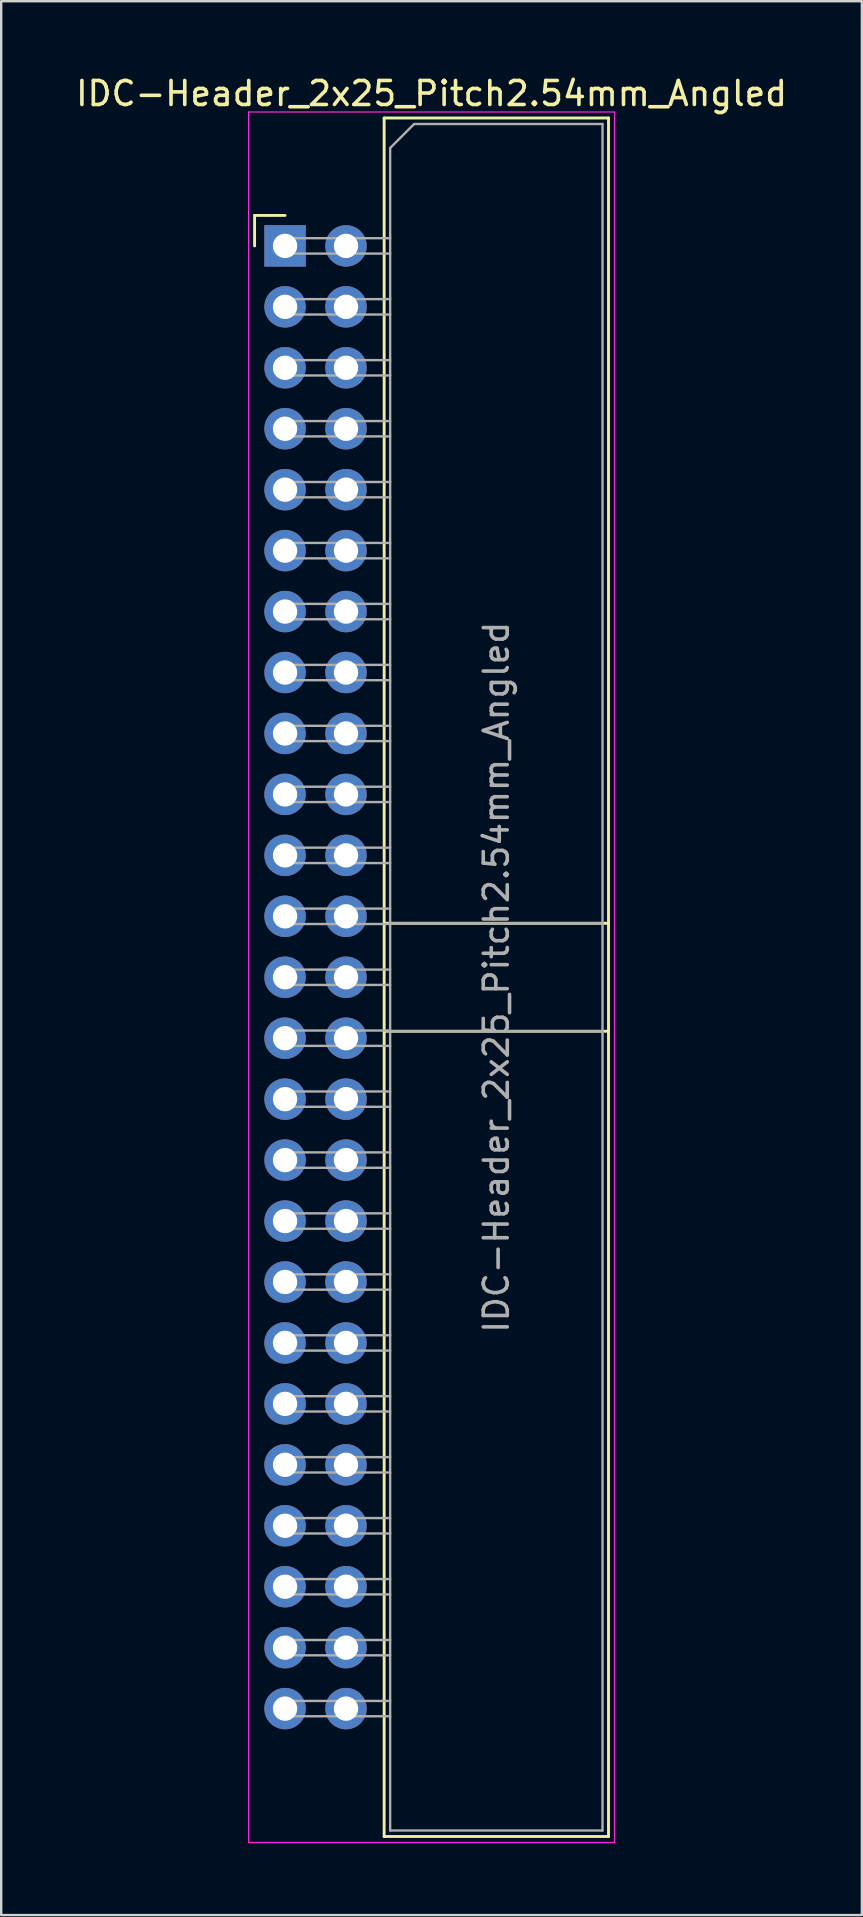
<source format=kicad_pcb>
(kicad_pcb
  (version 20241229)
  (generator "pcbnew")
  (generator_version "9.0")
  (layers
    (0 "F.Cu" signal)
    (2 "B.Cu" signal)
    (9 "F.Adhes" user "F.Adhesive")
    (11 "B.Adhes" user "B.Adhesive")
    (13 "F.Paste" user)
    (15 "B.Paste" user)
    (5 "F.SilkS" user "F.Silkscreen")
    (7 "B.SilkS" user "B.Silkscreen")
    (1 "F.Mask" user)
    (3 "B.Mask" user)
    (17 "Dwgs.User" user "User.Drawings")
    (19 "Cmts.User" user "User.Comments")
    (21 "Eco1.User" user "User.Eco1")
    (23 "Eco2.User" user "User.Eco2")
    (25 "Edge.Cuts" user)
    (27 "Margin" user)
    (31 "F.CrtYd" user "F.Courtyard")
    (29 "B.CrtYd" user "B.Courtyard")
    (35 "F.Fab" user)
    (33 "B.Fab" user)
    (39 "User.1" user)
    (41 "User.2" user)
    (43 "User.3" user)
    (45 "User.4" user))
  (footprint "IDC-Header_2x25_Pitch2.54mm_Angled"
    (layer "F.Cu")
    (at 8.83 7.198)
    (property "Reference" "IDC-Header_2x25_Pitch2.54mm_Angled" (at 6.105 -6.35 0) (layer "F.SilkS") (effects (font (size 1 1) (thickness 0.15))))
    (attr through_hole)
    (fp_line (start -1.27 -1.27) (end -1.27 0) (stroke (width 0.12) (type solid)) (layer "F.SilkS"))
    (fp_line (start 0 -1.27) (end -1.27 -1.27) (stroke (width 0.12) (type solid)) (layer "F.SilkS"))
    (fp_line (start 4.13 -5.33) (end 13.48 -5.33) (stroke (width 0.12) (type solid)) (layer "F.SilkS"))
    (fp_line (start 4.13 28.23) (end 13.48 28.23) (stroke (width 0.12) (type solid)) (layer "F.SilkS"))
    (fp_line (start 4.13 32.73) (end 13.48 32.73) (stroke (width 0.12) (type solid)) (layer "F.SilkS"))
    (fp_line (start 4.13 66.29) (end 4.13 -5.33) (stroke (width 0.12) (type solid)) (layer "F.SilkS"))
    (fp_line (start 4.13 66.29) (end 13.48 66.29) (stroke (width 0.12) (type solid)) (layer "F.SilkS"))
    (fp_line (start 13.48 -5.33) (end 13.48 66.29) (stroke (width 0.12) (type solid)) (layer "F.SilkS"))
    (fp_line (start -1.52 -5.58) (end 13.73 -5.58) (stroke (width 0.05) (type solid)) (layer "F.CrtYd"))
    (fp_line (start -1.52 66.54) (end -1.52 -5.58) (stroke (width 0.05) (type solid)) (layer "F.CrtYd"))
    (fp_line (start 13.73 -5.58) (end 13.73 66.54) (stroke (width 0.05) (type solid)) (layer "F.CrtYd"))
    (fp_line (start 13.73 66.54) (end -1.52 66.54) (stroke (width 0.05) (type solid)) (layer "F.CrtYd"))
    (fp_line (start -0.32 -0.32) (end -0.32 0.32) (stroke (width 0.1) (type solid)) (layer "F.Fab"))
    (fp_line (start -0.32 0.32) (end 4.38 0.32) (stroke (width 0.1) (type solid)) (layer "F.Fab"))
    (fp_line (start -0.32 2.22) (end -0.32 2.86) (stroke (width 0.1) (type solid)) (layer "F.Fab"))
    (fp_line (start -0.32 2.86) (end 4.38 2.86) (stroke (width 0.1) (type solid)) (layer "F.Fab"))
    (fp_line (start -0.32 4.76) (end -0.32 5.4) (stroke (width 0.1) (type solid)) (layer "F.Fab"))
    (fp_line (start -0.32 5.4) (end 4.38 5.4) (stroke (width 0.1) (type solid)) (layer "F.Fab"))
    (fp_line (start -0.32 7.3) (end -0.32 7.94) (stroke (width 0.1) (type solid)) (layer "F.Fab"))
    (fp_line (start -0.32 7.94) (end 4.38 7.94) (stroke (width 0.1) (type solid)) (layer "F.Fab"))
    (fp_line (start -0.32 9.84) (end -0.32 10.48) (stroke (width 0.1) (type solid)) (layer "F.Fab"))
    (fp_line (start -0.32 10.48) (end 4.38 10.48) (stroke (width 0.1) (type solid)) (layer "F.Fab"))
    (fp_line (start -0.32 12.38) (end -0.32 13.02) (stroke (width 0.1) (type solid)) (layer "F.Fab"))
    (fp_line (start -0.32 13.02) (end 4.38 13.02) (stroke (width 0.1) (type solid)) (layer "F.Fab"))
    (fp_line (start -0.32 14.92) (end -0.32 15.56) (stroke (width 0.1) (type solid)) (layer "F.Fab"))
    (fp_line (start -0.32 15.56) (end 4.38 15.56) (stroke (width 0.1) (type solid)) (layer "F.Fab"))
    (fp_line (start -0.32 17.46) (end -0.32 18.1) (stroke (width 0.1) (type solid)) (layer "F.Fab"))
    (fp_line (start -0.32 18.1) (end 4.38 18.1) (stroke (width 0.1) (type solid)) (layer "F.Fab"))
    (fp_line (start -0.32 20) (end -0.32 20.64) (stroke (width 0.1) (type solid)) (layer "F.Fab"))
    (fp_line (start -0.32 20.64) (end 4.38 20.64) (stroke (width 0.1) (type solid)) (layer "F.Fab"))
    (fp_line (start -0.32 22.54) (end -0.32 23.18) (stroke (width 0.1) (type solid)) (layer "F.Fab"))
    (fp_line (start -0.32 23.18) (end 4.38 23.18) (stroke (width 0.1) (type solid)) (layer "F.Fab"))
    (fp_line (start -0.32 25.08) (end -0.32 25.72) (stroke (width 0.1) (type solid)) (layer "F.Fab"))
    (fp_line (start -0.32 25.72) (end 4.38 25.72) (stroke (width 0.1) (type solid)) (layer "F.Fab"))
    (fp_line (start -0.32 27.62) (end -0.32 28.26) (stroke (width 0.1) (type solid)) (layer "F.Fab"))
    (fp_line (start -0.32 28.26) (end 4.38 28.26) (stroke (width 0.1) (type solid)) (layer "F.Fab"))
    (fp_line (start -0.32 30.16) (end -0.32 30.8) (stroke (width 0.1) (type solid)) (layer "F.Fab"))
    (fp_line (start -0.32 30.8) (end 4.38 30.8) (stroke (width 0.1) (type solid)) (layer "F.Fab"))
    (fp_line (start -0.32 32.7) (end -0.32 33.34) (stroke (width 0.1) (type solid)) (layer "F.Fab"))
    (fp_line (start -0.32 33.34) (end 4.38 33.34) (stroke (width 0.1) (type solid)) (layer "F.Fab"))
    (fp_line (start -0.32 35.24) (end -0.32 35.88) (stroke (width 0.1) (type solid)) (layer "F.Fab"))
    (fp_line (start -0.32 35.88) (end 4.38 35.88) (stroke (width 0.1) (type solid)) (layer "F.Fab"))
    (fp_line (start -0.32 37.78) (end -0.32 38.42) (stroke (width 0.1) (type solid)) (layer "F.Fab"))
    (fp_line (start -0.32 38.42) (end 4.38 38.42) (stroke (width 0.1) (type solid)) (layer "F.Fab"))
    (fp_line (start -0.32 40.32) (end -0.32 40.96) (stroke (width 0.1) (type solid)) (layer "F.Fab"))
    (fp_line (start -0.32 40.96) (end 4.38 40.96) (stroke (width 0.1) (type solid)) (layer "F.Fab"))
    (fp_line (start -0.32 42.86) (end -0.32 43.5) (stroke (width 0.1) (type solid)) (layer "F.Fab"))
    (fp_line (start -0.32 43.5) (end 4.38 43.5) (stroke (width 0.1) (type solid)) (layer "F.Fab"))
    (fp_line (start -0.32 45.4) (end -0.32 46.04) (stroke (width 0.1) (type solid)) (layer "F.Fab"))
    (fp_line (start -0.32 46.04) (end 4.38 46.04) (stroke (width 0.1) (type solid)) (layer "F.Fab"))
    (fp_line (start -0.32 47.94) (end -0.32 48.58) (stroke (width 0.1) (type solid)) (layer "F.Fab"))
    (fp_line (start -0.32 48.58) (end 4.38 48.58) (stroke (width 0.1) (type solid)) (layer "F.Fab"))
    (fp_line (start -0.32 50.48) (end -0.32 51.12) (stroke (width 0.1) (type solid)) (layer "F.Fab"))
    (fp_line (start -0.32 51.12) (end 4.38 51.12) (stroke (width 0.1) (type solid)) (layer "F.Fab"))
    (fp_line (start -0.32 53.02) (end -0.32 53.66) (stroke (width 0.1) (type solid)) (layer "F.Fab"))
    (fp_line (start -0.32 53.66) (end 4.38 53.66) (stroke (width 0.1) (type solid)) (layer "F.Fab"))
    (fp_line (start -0.32 55.56) (end -0.32 56.2) (stroke (width 0.1) (type solid)) (layer "F.Fab"))
    (fp_line (start -0.32 56.2) (end 4.38 56.2) (stroke (width 0.1) (type solid)) (layer "F.Fab"))
    (fp_line (start -0.32 58.1) (end -0.32 58.74) (stroke (width 0.1) (type solid)) (layer "F.Fab"))
    (fp_line (start -0.32 58.74) (end 4.38 58.74) (stroke (width 0.1) (type solid)) (layer "F.Fab"))
    (fp_line (start -0.32 60.64) (end -0.32 61.28) (stroke (width 0.1) (type solid)) (layer "F.Fab"))
    (fp_line (start -0.32 61.28) (end 4.38 61.28) (stroke (width 0.1) (type solid)) (layer "F.Fab"))
    (fp_line (start 4.38 -4.08) (end 5.38 -5.08) (stroke (width 0.1) (type solid)) (layer "F.Fab"))
    (fp_line (start 4.38 -0.32) (end -0.32 -0.32) (stroke (width 0.1) (type solid)) (layer "F.Fab"))
    (fp_line (start 4.38 2.22) (end -0.32 2.22) (stroke (width 0.1) (type solid)) (layer "F.Fab"))
    (fp_line (start 4.38 4.76) (end -0.32 4.76) (stroke (width 0.1) (type solid)) (layer "F.Fab"))
    (fp_line (start 4.38 7.3) (end -0.32 7.3) (stroke (width 0.1) (type solid)) (layer "F.Fab"))
    (fp_line (start 4.38 9.84) (end -0.32 9.84) (stroke (width 0.1) (type solid)) (layer "F.Fab"))
    (fp_line (start 4.38 12.38) (end -0.32 12.38) (stroke (width 0.1) (type solid)) (layer "F.Fab"))
    (fp_line (start 4.38 14.92) (end -0.32 14.92) (stroke (width 0.1) (type solid)) (layer "F.Fab"))
    (fp_line (start 4.38 17.46) (end -0.32 17.46) (stroke (width 0.1) (type solid)) (layer "F.Fab"))
    (fp_line (start 4.38 20) (end -0.32 20) (stroke (width 0.1) (type solid)) (layer "F.Fab"))
    (fp_line (start 4.38 22.54) (end -0.32 22.54) (stroke (width 0.1) (type solid)) (layer "F.Fab"))
    (fp_line (start 4.38 25.08) (end -0.32 25.08) (stroke (width 0.1) (type solid)) (layer "F.Fab"))
    (fp_line (start 4.38 27.62) (end -0.32 27.62) (stroke (width 0.1) (type solid)) (layer "F.Fab"))
    (fp_line (start 4.38 28.23) (end 13.23 28.23) (stroke (width 0.1) (type solid)) (layer "F.Fab"))
    (fp_line (start 4.38 30.16) (end -0.32 30.16) (stroke (width 0.1) (type solid)) (layer "F.Fab"))
    (fp_line (start 4.38 32.7) (end -0.32 32.7) (stroke (width 0.1) (type solid)) (layer "F.Fab"))
    (fp_line (start 4.38 32.73) (end 13.23 32.73) (stroke (width 0.1) (type solid)) (layer "F.Fab"))
    (fp_line (start 4.38 35.24) (end -0.32 35.24) (stroke (width 0.1) (type solid)) (layer "F.Fab"))
    (fp_line (start 4.38 37.78) (end -0.32 37.78) (stroke (width 0.1) (type solid)) (layer "F.Fab"))
    (fp_line (start 4.38 40.32) (end -0.32 40.32) (stroke (width 0.1) (type solid)) (layer "F.Fab"))
    (fp_line (start 4.38 42.86) (end -0.32 42.86) (stroke (width 0.1) (type solid)) (layer "F.Fab"))
    (fp_line (start 4.38 45.4) (end -0.32 45.4) (stroke (width 0.1) (type solid)) (layer "F.Fab"))
    (fp_line (start 4.38 47.94) (end -0.32 47.94) (stroke (width 0.1) (type solid)) (layer "F.Fab"))
    (fp_line (start 4.38 50.48) (end -0.32 50.48) (stroke (width 0.1) (type solid)) (layer "F.Fab"))
    (fp_line (start 4.38 53.02) (end -0.32 53.02) (stroke (width 0.1) (type solid)) (layer "F.Fab"))
    (fp_line (start 4.38 55.56) (end -0.32 55.56) (stroke (width 0.1) (type solid)) (layer "F.Fab"))
    (fp_line (start 4.38 58.1) (end -0.32 58.1) (stroke (width 0.1) (type solid)) (layer "F.Fab"))
    (fp_line (start 4.38 60.64) (end -0.32 60.64) (stroke (width 0.1) (type solid)) (layer "F.Fab"))
    (fp_line (start 4.38 66.04) (end 4.38 -4.08) (stroke (width 0.1) (type solid)) (layer "F.Fab"))
    (fp_line (start 4.38 66.04) (end 13.23 66.04) (stroke (width 0.1) (type solid)) (layer "F.Fab"))
    (fp_line (start 5.38 -5.08) (end 13.23 -5.08) (stroke (width 0.1) (type solid)) (layer "F.Fab"))
    (fp_line (start 13.23 66.04) (end 13.23 -5.08) (stroke (width 0.1) (type solid)) (layer "F.Fab"))
    (fp_text user "${REFERENCE}" (at 8.805 30.48 90) (layer "F.Fab") (effects (font (size 1 1) (thickness 0.15))))
    (pad "1" thru_hole rect (at 0 0) (size 1.727 1.727) (drill 1.016) (layers "*.Cu" "*.Mask"))
    (pad "2" thru_hole oval (at 2.54 0) (size 1.727 1.727) (drill 1.016) (layers "*.Cu" "*.Mask"))
    (pad "3" thru_hole oval (at 0 2.54) (size 1.727 1.727) (drill 1.016) (layers "*.Cu" "*.Mask"))
    (pad "4" thru_hole oval (at 2.54 2.54) (size 1.727 1.727) (drill 1.016) (layers "*.Cu" "*.Mask"))
    (pad "5" thru_hole oval (at 0 5.08) (size 1.727 1.727) (drill 1.016) (layers "*.Cu" "*.Mask"))
    (pad "6" thru_hole oval (at 2.54 5.08) (size 1.727 1.727) (drill 1.016) (layers "*.Cu" "*.Mask"))
    (pad "7" thru_hole oval (at 0 7.62) (size 1.727 1.727) (drill 1.016) (layers "*.Cu" "*.Mask"))
    (pad "8" thru_hole oval (at 2.54 7.62) (size 1.727 1.727) (drill 1.016) (layers "*.Cu" "*.Mask"))
    (pad "9" thru_hole oval (at 0 10.16) (size 1.727 1.727) (drill 1.016) (layers "*.Cu" "*.Mask"))
    (pad "10" thru_hole oval (at 2.54 10.16) (size 1.727 1.727) (drill 1.016) (layers "*.Cu" "*.Mask"))
    (pad "11" thru_hole oval (at 0 12.7) (size 1.727 1.727) (drill 1.016) (layers "*.Cu" "*.Mask"))
    (pad "12" thru_hole oval (at 2.54 12.7) (size 1.727 1.727) (drill 1.016) (layers "*.Cu" "*.Mask"))
    (pad "13" thru_hole oval (at 0 15.24) (size 1.727 1.727) (drill 1.016) (layers "*.Cu" "*.Mask"))
    (pad "14" thru_hole oval (at 2.54 15.24) (size 1.727 1.727) (drill 1.016) (layers "*.Cu" "*.Mask"))
    (pad "15" thru_hole oval (at 0 17.78) (size 1.727 1.727) (drill 1.016) (layers "*.Cu" "*.Mask"))
    (pad "16" thru_hole oval (at 2.54 17.78) (size 1.727 1.727) (drill 1.016) (layers "*.Cu" "*.Mask"))
    (pad "17" thru_hole oval (at 0 20.32) (size 1.727 1.727) (drill 1.016) (layers "*.Cu" "*.Mask"))
    (pad "18" thru_hole oval (at 2.54 20.32) (size 1.727 1.727) (drill 1.016) (layers "*.Cu" "*.Mask"))
    (pad "19" thru_hole oval (at 0 22.86) (size 1.727 1.727) (drill 1.016) (layers "*.Cu" "*.Mask"))
    (pad "20" thru_hole oval (at 2.54 22.86) (size 1.727 1.727) (drill 1.016) (layers "*.Cu" "*.Mask"))
    (pad "21" thru_hole oval (at 0 25.4) (size 1.727 1.727) (drill 1.016) (layers "*.Cu" "*.Mask"))
    (pad "22" thru_hole oval (at 2.54 25.4) (size 1.727 1.727) (drill 1.016) (layers "*.Cu" "*.Mask"))
    (pad "23" thru_hole oval (at 0 27.94) (size 1.727 1.727) (drill 1.016) (layers "*.Cu" "*.Mask"))
    (pad "24" thru_hole oval (at 2.54 27.94) (size 1.727 1.727) (drill 1.016) (layers "*.Cu" "*.Mask"))
    (pad "25" thru_hole oval (at 0 30.48) (size 1.727 1.727) (drill 1.016) (layers "*.Cu" "*.Mask"))
    (pad "26" thru_hole oval (at 2.54 30.48) (size 1.727 1.727) (drill 1.016) (layers "*.Cu" "*.Mask"))
    (pad "27" thru_hole oval (at 0 33.02) (size 1.727 1.727) (drill 1.016) (layers "*.Cu" "*.Mask"))
    (pad "28" thru_hole oval (at 2.54 33.02) (size 1.727 1.727) (drill 1.016) (layers "*.Cu" "*.Mask"))
    (pad "29" thru_hole oval (at 0 35.56) (size 1.727 1.727) (drill 1.016) (layers "*.Cu" "*.Mask"))
    (pad "30" thru_hole oval (at 2.54 35.56) (size 1.727 1.727) (drill 1.016) (layers "*.Cu" "*.Mask"))
    (pad "31" thru_hole oval (at 0 38.1) (size 1.727 1.727) (drill 1.016) (layers "*.Cu" "*.Mask"))
    (pad "32" thru_hole oval (at 2.54 38.1) (size 1.727 1.727) (drill 1.016) (layers "*.Cu" "*.Mask"))
    (pad "33" thru_hole oval (at 0 40.64) (size 1.727 1.727) (drill 1.016) (layers "*.Cu" "*.Mask"))
    (pad "34" thru_hole oval (at 2.54 40.64) (size 1.727 1.727) (drill 1.016) (layers "*.Cu" "*.Mask"))
    (pad "35" thru_hole oval (at 0 43.18) (size 1.727 1.727) (drill 1.016) (layers "*.Cu" "*.Mask"))
    (pad "36" thru_hole oval (at 2.54 43.18) (size 1.727 1.727) (drill 1.016) (layers "*.Cu" "*.Mask"))
    (pad "37" thru_hole oval (at 0 45.72) (size 1.727 1.727) (drill 1.016) (layers "*.Cu" "*.Mask"))
    (pad "38" thru_hole oval (at 2.54 45.72) (size 1.727 1.727) (drill 1.016) (layers "*.Cu" "*.Mask"))
    (pad "39" thru_hole oval (at 0 48.26) (size 1.727 1.727) (drill 1.016) (layers "*.Cu" "*.Mask"))
    (pad "40" thru_hole oval (at 2.54 48.26) (size 1.727 1.727) (drill 1.016) (layers "*.Cu" "*.Mask"))
    (pad "41" thru_hole oval (at 0 50.8) (size 1.727 1.727) (drill 1.016) (layers "*.Cu" "*.Mask"))
    (pad "42" thru_hole oval (at 2.54 50.8) (size 1.727 1.727) (drill 1.016) (layers "*.Cu" "*.Mask"))
    (pad "43" thru_hole oval (at 0 53.34) (size 1.727 1.727) (drill 1.016) (layers "*.Cu" "*.Mask"))
    (pad "44" thru_hole oval (at 2.54 53.34) (size 1.727 1.727) (drill 1.016) (layers "*.Cu" "*.Mask"))
    (pad "45" thru_hole oval (at 0 55.88) (size 1.727 1.727) (drill 1.016) (layers "*.Cu" "*.Mask"))
    (pad "46" thru_hole oval (at 2.54 55.88) (size 1.727 1.727) (drill 1.016) (layers "*.Cu" "*.Mask"))
    (pad "47" thru_hole oval (at 0 58.42) (size 1.727 1.727) (drill 1.016) (layers "*.Cu" "*.Mask"))
    (pad "48" thru_hole oval (at 2.54 58.42) (size 1.727 1.727) (drill 1.016) (layers "*.Cu" "*.Mask"))
    (pad "49" thru_hole oval (at 0 60.96) (size 1.727 1.727) (drill 1.016) (layers "*.Cu" "*.Mask"))
    (pad "50" thru_hole oval (at 2.54 60.96) (size 1.727 1.727) (drill 1.016) (layers "*.Cu" "*.Mask")))
  (gr_rect
    (start -3 -3)
    (end 32.869 76.763)
    (stroke (width 0.1) (type default))
    (fill no)
    (layer "Edge.Cuts")))
</source>
